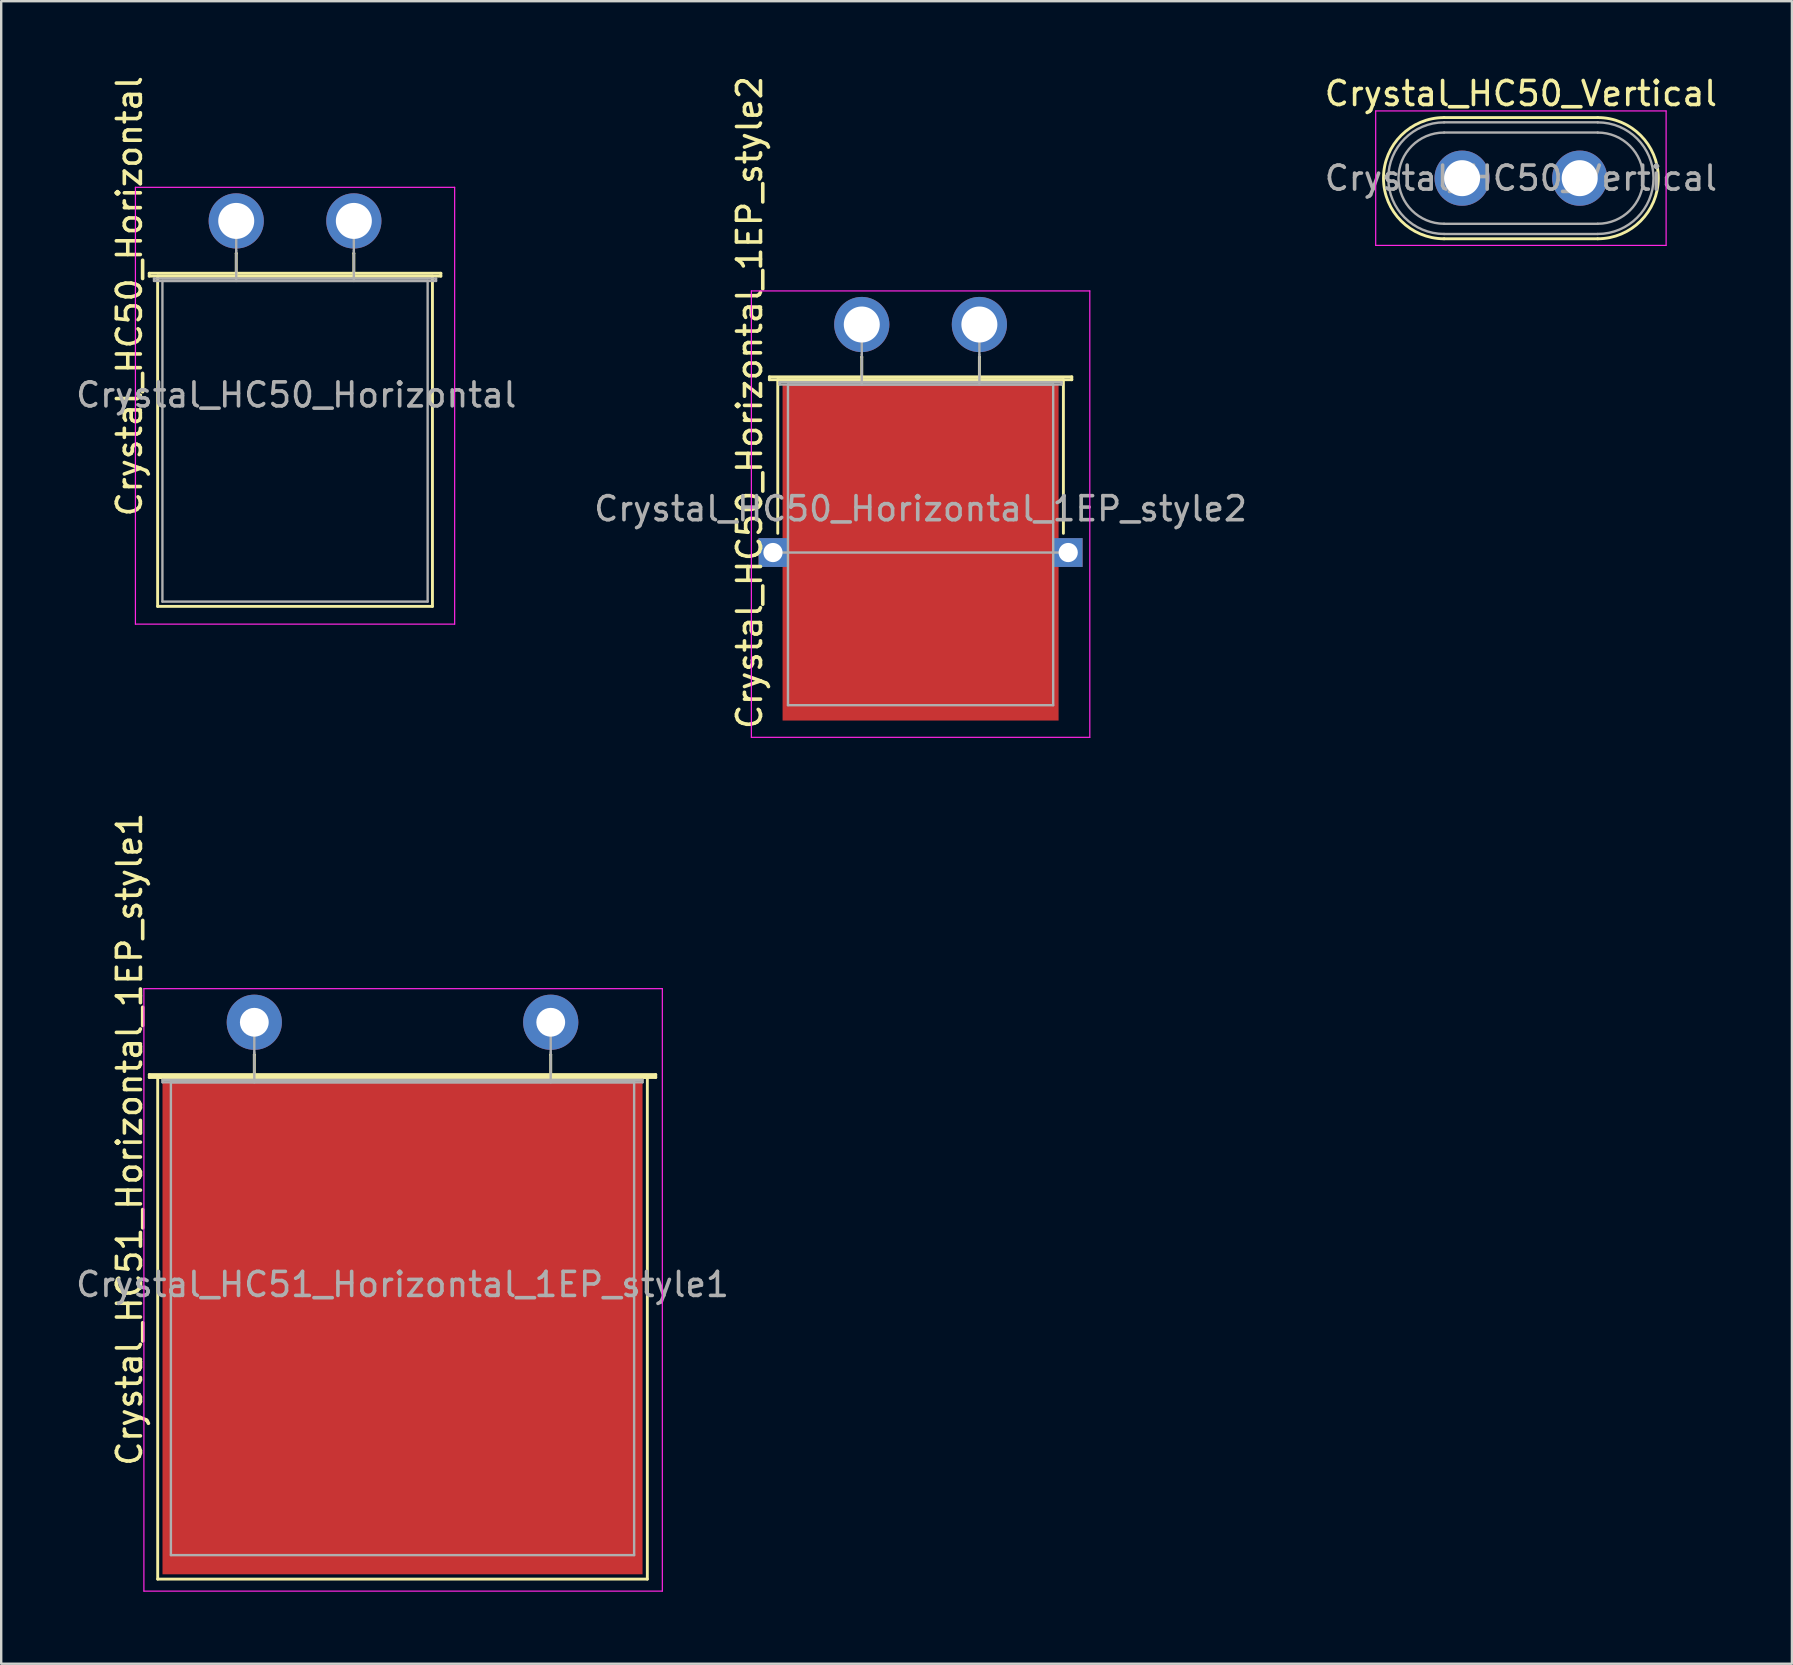
<source format=kicad_pcb>
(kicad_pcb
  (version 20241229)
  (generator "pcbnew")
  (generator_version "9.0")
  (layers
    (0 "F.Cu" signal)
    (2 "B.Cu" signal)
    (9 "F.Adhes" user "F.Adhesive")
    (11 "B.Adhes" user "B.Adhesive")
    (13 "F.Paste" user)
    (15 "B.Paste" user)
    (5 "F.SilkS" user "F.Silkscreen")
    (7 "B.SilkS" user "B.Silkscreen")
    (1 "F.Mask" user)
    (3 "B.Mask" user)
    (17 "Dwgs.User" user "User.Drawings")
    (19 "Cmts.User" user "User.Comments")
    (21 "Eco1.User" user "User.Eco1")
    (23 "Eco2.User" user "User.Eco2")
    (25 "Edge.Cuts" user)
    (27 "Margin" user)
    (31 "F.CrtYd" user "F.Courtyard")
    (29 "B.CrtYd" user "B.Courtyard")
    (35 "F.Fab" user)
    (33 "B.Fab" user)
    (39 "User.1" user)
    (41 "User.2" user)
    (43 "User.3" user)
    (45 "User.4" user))
  (footprint "Crystal_HC51_Horizontal_1EP_style1"
    (layer "F.Cu")
    (at 7.545 39.54)
    (property "Reference" "Crystal_HC51_Horizontal_1EP_style1" (at -5.2 4.875 90) (layer "F.SilkS") (effects (font (size 1 1) (thickness 0.15))))
    (attr through_hole)
    (fp_line (start -4.375 2.18) (end 16.725 2.18) (stroke (width 0.12) (type solid)) (layer "F.SilkS"))
    (fp_line (start -4.375 2.3) (end -4.375 2.18) (stroke (width 0.12) (type solid)) (layer "F.SilkS"))
    (fp_line (start -4.025 2.3) (end -4.025 23.2) (stroke (width 0.12) (type solid)) (layer "F.SilkS"))
    (fp_line (start -4.025 23.2) (end 16.375 23.2) (stroke (width 0.12) (type solid)) (layer "F.SilkS"))
    (fp_line (start 0 1.35) (end 0 1.35) (stroke (width 0.12) (type solid)) (layer "F.SilkS"))
    (fp_line (start 0 2.3) (end 0 1.35) (stroke (width 0.12) (type solid)) (layer "F.SilkS"))
    (fp_line (start 12.35 1.35) (end 12.35 1.35) (stroke (width 0.12) (type solid)) (layer "F.SilkS"))
    (fp_line (start 12.35 2.3) (end 12.35 1.35) (stroke (width 0.12) (type solid)) (layer "F.SilkS"))
    (fp_line (start 16.375 2.3) (end -4.025 2.3) (stroke (width 0.12) (type solid)) (layer "F.SilkS"))
    (fp_line (start 16.375 23.2) (end 16.375 2.3) (stroke (width 0.12) (type solid)) (layer "F.SilkS"))
    (fp_line (start 16.725 2.18) (end 16.725 2.3) (stroke (width 0.12) (type solid)) (layer "F.SilkS"))
    (fp_line (start 16.725 2.3) (end -4.375 2.3) (stroke (width 0.12) (type solid)) (layer "F.SilkS"))
    (fp_line (start -4.6 -1.4) (end -4.6 23.7) (stroke (width 0.05) (type solid)) (layer "F.CrtYd"))
    (fp_line (start -4.6 23.7) (end 17 23.7) (stroke (width 0.05) (type solid)) (layer "F.CrtYd"))
    (fp_line (start 17 -1.4) (end -4.6 -1.4) (stroke (width 0.05) (type solid)) (layer "F.CrtYd"))
    (fp_line (start 17 23.7) (end 17 -1.4) (stroke (width 0.05) (type solid)) (layer "F.CrtYd"))
    (fp_line (start -3.825 2.4) (end 16.175 2.4) (stroke (width 0.1) (type solid)) (layer "F.Fab"))
    (fp_line (start -3.825 2.5) (end -3.825 2.4) (stroke (width 0.1) (type solid)) (layer "F.Fab"))
    (fp_line (start -3.475 2.5) (end -3.475 22.2) (stroke (width 0.1) (type solid)) (layer "F.Fab"))
    (fp_line (start -3.475 22.2) (end 15.825 22.2) (stroke (width 0.1) (type solid)) (layer "F.Fab"))
    (fp_line (start 0 1.25) (end 0 0) (stroke (width 0.1) (type solid)) (layer "F.Fab"))
    (fp_line (start 0 2.5) (end 0 1.25) (stroke (width 0.1) (type solid)) (layer "F.Fab"))
    (fp_line (start 12.35 1.25) (end 12.35 0) (stroke (width 0.1) (type solid)) (layer "F.Fab"))
    (fp_line (start 12.35 2.5) (end 12.35 1.25) (stroke (width 0.1) (type solid)) (layer "F.Fab"))
    (fp_line (start 15.825 2.5) (end -3.475 2.5) (stroke (width 0.1) (type solid)) (layer "F.Fab"))
    (fp_line (start 15.825 22.2) (end 15.825 2.5) (stroke (width 0.1) (type solid)) (layer "F.Fab"))
    (fp_line (start 16.175 2.4) (end 16.175 2.5) (stroke (width 0.1) (type solid)) (layer "F.Fab"))
    (fp_line (start 16.175 2.5) (end -3.825 2.5) (stroke (width 0.1) (type solid)) (layer "F.Fab"))
    (fp_text user "${REFERENCE}" (at 6.175 10.925 0) (layer "F.Fab") (effects (font (size 1 1) (thickness 0.15))))
    (pad "1" thru_hole circle (at 0 0) (size 2.3 2.3) (drill 1.2) (layers "*.Cu" "*.Mask"))
    (pad "2" thru_hole circle (at 12.35 0) (size 2.3 2.3) (drill 1.2) (layers "*.Cu" "*.Mask"))
    (pad "3" smd rect (at 6.175 12.75) (size 20 20.5) (layers "F.Cu" "F.Mask" "F.Paste")))
  (footprint "Crystal_HC50_Vertical"
    (layer "F.Cu")
    (at 57.865 4.373)
    (property "Reference" "Crystal_HC50_Vertical" (at 2.45 -3.525 0) (layer "F.SilkS") (effects (font (size 1 1) (thickness 0.15))))
    (attr through_hole)
    (fp_line (start -0.75 -2.525) (end 5.65 -2.525) (stroke (width 0.12) (type solid)) (layer "F.SilkS"))
    (fp_line (start -0.75 2.525) (end 5.65 2.525) (stroke (width 0.12) (type solid)) (layer "F.SilkS"))
    (fp_arc (start -0.75 2.525) (mid -3.275 0) (end -0.75 -2.525) (stroke (width 0.12) (type solid)) (layer "F.SilkS"))
    (fp_arc (start 5.65 -2.525) (mid 8.175 0) (end 5.65 2.525) (stroke (width 0.12) (type solid)) (layer "F.SilkS"))
    (fp_line (start -3.6 -2.8) (end -3.6 2.8) (stroke (width 0.05) (type solid)) (layer "F.CrtYd"))
    (fp_line (start -3.6 2.8) (end 8.5 2.8) (stroke (width 0.05) (type solid)) (layer "F.CrtYd"))
    (fp_line (start 8.5 -2.8) (end -3.6 -2.8) (stroke (width 0.05) (type solid)) (layer "F.CrtYd"))
    (fp_line (start 8.5 2.8) (end 8.5 -2.8) (stroke (width 0.05) (type solid)) (layer "F.CrtYd"))
    (fp_line (start -0.75 -2.325) (end 5.65 -2.325) (stroke (width 0.1) (type solid)) (layer "F.Fab"))
    (fp_line (start -0.75 -1.9) (end 5.65 -1.9) (stroke (width 0.1) (type solid)) (layer "F.Fab"))
    (fp_line (start -0.75 1.9) (end 5.65 1.9) (stroke (width 0.1) (type solid)) (layer "F.Fab"))
    (fp_line (start -0.75 2.325) (end 5.65 2.325) (stroke (width 0.1) (type solid)) (layer "F.Fab"))
    (fp_arc (start -0.75 1.9) (mid -2.65 0) (end -0.75 -1.9) (stroke (width 0.1) (type solid)) (layer "F.Fab"))
    (fp_arc (start -0.75 2.325) (mid -3.075 0) (end -0.75 -2.325) (stroke (width 0.1) (type solid)) (layer "F.Fab"))
    (fp_arc (start 5.65 -2.325) (mid 7.975 0) (end 5.65 2.325) (stroke (width 0.1) (type solid)) (layer "F.Fab"))
    (fp_arc (start 5.65 -1.9) (mid 7.55 0) (end 5.65 1.9) (stroke (width 0.1) (type solid)) (layer "F.Fab"))
    (fp_text user "${REFERENCE}" (at 2.45 0 0) (layer "F.Fab") (effects (font (size 1 1) (thickness 0.15))))
    (pad "1" thru_hole circle (at 0 0) (size 2.3 2.3) (drill 1.5) (layers "*.Cu" "*.Mask"))
    (pad "2" thru_hole circle (at 4.9 0) (size 2.3 2.3) (drill 1.5) (layers "*.Cu" "*.Mask")))
  (footprint "Crystal_HC50_Horizontal_1EP_style2"
    (layer "F.Cu")
    (at 32.854 10.47)
    (property "Reference" "Crystal_HC50_Horizontal_1EP_style2" (at -4.675 3.25 90) (layer "F.SilkS") (effects (font (size 1 1) (thickness 0.15))))
    (attr through_hole)
    (fp_line (start -3.85 2.18) (end 8.75 2.18) (stroke (width 0.12) (type solid)) (layer "F.SilkS"))
    (fp_line (start -3.85 2.3) (end -3.85 2.18) (stroke (width 0.12) (type solid)) (layer "F.SilkS"))
    (fp_line (start -3.5 2.3) (end 8.4 2.3) (stroke (width 0.12) (type solid)) (layer "F.SilkS"))
    (fp_line (start -3.5 8.7) (end -3.5 2.3) (stroke (width 0.12) (type solid)) (layer "F.SilkS"))
    (fp_line (start 0 1.35) (end 0 1.35) (stroke (width 0.12) (type solid)) (layer "F.SilkS"))
    (fp_line (start 0 2.3) (end 0 1.35) (stroke (width 0.12) (type solid)) (layer "F.SilkS"))
    (fp_line (start 4.9 1.35) (end 4.9 1.35) (stroke (width 0.12) (type solid)) (layer "F.SilkS"))
    (fp_line (start 4.9 2.3) (end 4.9 1.35) (stroke (width 0.12) (type solid)) (layer "F.SilkS"))
    (fp_line (start 8.4 2.3) (end 8.4 8.7) (stroke (width 0.12) (type solid)) (layer "F.SilkS"))
    (fp_line (start 8.75 2.18) (end 8.75 2.3) (stroke (width 0.12) (type solid)) (layer "F.SilkS"))
    (fp_line (start 8.75 2.3) (end -3.85 2.3) (stroke (width 0.12) (type solid)) (layer "F.SilkS"))
    (fp_line (start -4.6 -1.4) (end -4.6 17.2) (stroke (width 0.05) (type solid)) (layer "F.CrtYd"))
    (fp_line (start -4.6 17.2) (end 9.5 17.2) (stroke (width 0.05) (type solid)) (layer "F.CrtYd"))
    (fp_line (start 9.5 -1.4) (end -4.6 -1.4) (stroke (width 0.05) (type solid)) (layer "F.CrtYd"))
    (fp_line (start 9.5 17.2) (end 9.5 -1.4) (stroke (width 0.05) (type solid)) (layer "F.CrtYd"))
    (fp_line (start -3.7 9.5) (end 8.6 9.5) (stroke (width 0.1) (type solid)) (layer "F.Fab"))
    (fp_line (start -3.425 2.4) (end 8.325 2.4) (stroke (width 0.1) (type solid)) (layer "F.Fab"))
    (fp_line (start -3.425 2.5) (end -3.425 2.4) (stroke (width 0.1) (type solid)) (layer "F.Fab"))
    (fp_line (start -3.075 2.5) (end -3.075 15.86) (stroke (width 0.1) (type solid)) (layer "F.Fab"))
    (fp_line (start -3.075 15.86) (end 7.975 15.86) (stroke (width 0.1) (type solid)) (layer "F.Fab"))
    (fp_line (start 0 1.25) (end 0 0) (stroke (width 0.1) (type solid)) (layer "F.Fab"))
    (fp_line (start 0 2.5) (end 0 1.25) (stroke (width 0.1) (type solid)) (layer "F.Fab"))
    (fp_line (start 4.9 1.25) (end 4.9 0) (stroke (width 0.1) (type solid)) (layer "F.Fab"))
    (fp_line (start 4.9 2.5) (end 4.9 1.25) (stroke (width 0.1) (type solid)) (layer "F.Fab"))
    (fp_line (start 7.975 2.5) (end -3.075 2.5) (stroke (width 0.1) (type solid)) (layer "F.Fab"))
    (fp_line (start 7.975 15.86) (end 7.975 2.5) (stroke (width 0.1) (type solid)) (layer "F.Fab"))
    (fp_line (start 8.325 2.4) (end 8.325 2.5) (stroke (width 0.1) (type solid)) (layer "F.Fab"))
    (fp_line (start 8.325 2.5) (end -3.425 2.5) (stroke (width 0.1) (type solid)) (layer "F.Fab"))
    (fp_text user "${REFERENCE}" (at 2.45 7.675 0) (layer "F.Fab") (effects (font (size 1 1) (thickness 0.15))))
    (pad "1" thru_hole circle (at 0 0) (size 2.3 2.3) (drill 1.5) (layers "*.Cu" "*.Mask"))
    (pad "2" thru_hole circle (at 4.9 0) (size 2.3 2.3) (drill 1.5) (layers "*.Cu" "*.Mask"))
    (pad "3" thru_hole rect (at -3.7 9.5) (size 1.2 1.2) (drill 0.8) (layers "*.Cu" "*.Mask"))
    (pad "3" smd rect (at 2.45 9.5) (size 11.5 14) (layers "F.Cu" "F.Mask" "F.Paste"))
    (pad "3" thru_hole rect (at 8.6 9.5) (size 1.2 1.2) (drill 0.8) (layers "*.Cu" "*.Mask")))
  (footprint "Crystal_HC50_Horizontal"
    (layer "F.Cu")
    (at 6.792 6.154)
    (property "Reference" "Crystal_HC50_Horizontal" (at -4.45 3.138 90) (layer "F.SilkS") (effects (font (size 1 1) (thickness 0.15))))
    (attr through_hole)
    (fp_line (start -3.625 2.18) (end 8.525 2.18) (stroke (width 0.12) (type solid)) (layer "F.SilkS"))
    (fp_line (start -3.625 2.3) (end -3.625 2.18) (stroke (width 0.12) (type solid)) (layer "F.SilkS"))
    (fp_line (start -3.275 2.3) (end -3.275 16.06) (stroke (width 0.12) (type solid)) (layer "F.SilkS"))
    (fp_line (start -3.275 16.06) (end 8.175 16.06) (stroke (width 0.12) (type solid)) (layer "F.SilkS"))
    (fp_line (start 0 1.35) (end 0 1.35) (stroke (width 0.12) (type solid)) (layer "F.SilkS"))
    (fp_line (start 0 2.3) (end 0 1.35) (stroke (width 0.12) (type solid)) (layer "F.SilkS"))
    (fp_line (start 4.9 1.35) (end 4.9 1.35) (stroke (width 0.12) (type solid)) (layer "F.SilkS"))
    (fp_line (start 4.9 2.3) (end 4.9 1.35) (stroke (width 0.12) (type solid)) (layer "F.SilkS"))
    (fp_line (start 8.175 2.3) (end -3.275 2.3) (stroke (width 0.12) (type solid)) (layer "F.SilkS"))
    (fp_line (start 8.175 16.06) (end 8.175 2.3) (stroke (width 0.12) (type solid)) (layer "F.SilkS"))
    (fp_line (start 8.525 2.18) (end 8.525 2.3) (stroke (width 0.12) (type solid)) (layer "F.SilkS"))
    (fp_line (start 8.525 2.3) (end -3.625 2.3) (stroke (width 0.12) (type solid)) (layer "F.SilkS"))
    (fp_line (start -4.2 -1.4) (end -4.2 16.8) (stroke (width 0.05) (type solid)) (layer "F.CrtYd"))
    (fp_line (start -4.2 16.8) (end 9.1 16.8) (stroke (width 0.05) (type solid)) (layer "F.CrtYd"))
    (fp_line (start 9.1 -1.4) (end -4.2 -1.4) (stroke (width 0.05) (type solid)) (layer "F.CrtYd"))
    (fp_line (start 9.1 16.8) (end 9.1 -1.4) (stroke (width 0.05) (type solid)) (layer "F.CrtYd"))
    (fp_line (start -3.425 2.4) (end 8.325 2.4) (stroke (width 0.1) (type solid)) (layer "F.Fab"))
    (fp_line (start -3.425 2.5) (end -3.425 2.4) (stroke (width 0.1) (type solid)) (layer "F.Fab"))
    (fp_line (start -3.075 2.5) (end -3.075 15.86) (stroke (width 0.1) (type solid)) (layer "F.Fab"))
    (fp_line (start -3.075 15.86) (end 7.975 15.86) (stroke (width 0.1) (type solid)) (layer "F.Fab"))
    (fp_line (start 0 1.25) (end 0 0) (stroke (width 0.1) (type solid)) (layer "F.Fab"))
    (fp_line (start 0 2.5) (end 0 1.25) (stroke (width 0.1) (type solid)) (layer "F.Fab"))
    (fp_line (start 4.9 1.25) (end 4.9 0) (stroke (width 0.1) (type solid)) (layer "F.Fab"))
    (fp_line (start 4.9 2.5) (end 4.9 1.25) (stroke (width 0.1) (type solid)) (layer "F.Fab"))
    (fp_line (start 7.975 2.5) (end -3.075 2.5) (stroke (width 0.1) (type solid)) (layer "F.Fab"))
    (fp_line (start 7.975 15.86) (end 7.975 2.5) (stroke (width 0.1) (type solid)) (layer "F.Fab"))
    (fp_line (start 8.325 2.4) (end 8.325 2.5) (stroke (width 0.1) (type solid)) (layer "F.Fab"))
    (fp_line (start 8.325 2.5) (end -3.425 2.5) (stroke (width 0.1) (type solid)) (layer "F.Fab"))
    (fp_text user "${REFERENCE}" (at 2.5 7.25 0) (layer "F.Fab") (effects (font (size 1 1) (thickness 0.15))))
    (pad "1" thru_hole circle (at 0 0) (size 2.3 2.3) (drill 1.5) (layers "*.Cu" "*.Mask"))
    (pad "2" thru_hole circle (at 4.9 0) (size 2.3 2.3) (drill 1.5) (layers "*.Cu" "*.Mask")))
  (gr_rect
    (start -3 -3)
    (end 71.607 66.265)
    (stroke (width 0.1) (type default))
    (fill no)
    (layer "Edge.Cuts")))
</source>
